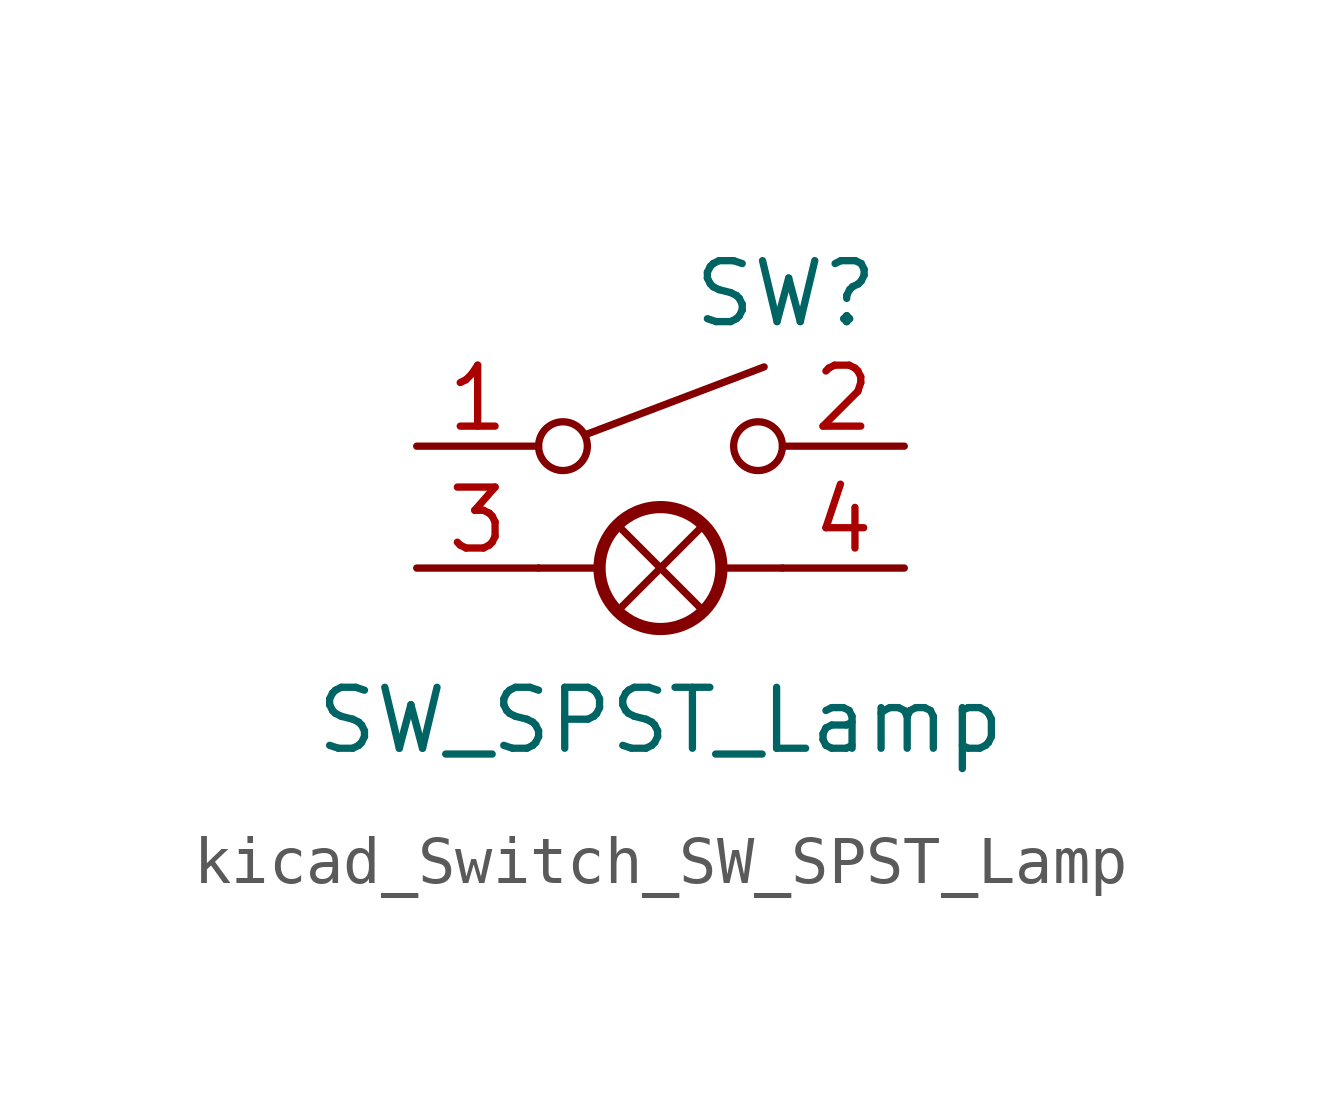
<source format=kicad_sym>
(kicad_symbol_lib
  (version 20220914)
  (generator kicad_symbol_editor)
  (symbol "kicad_Switch_SW_SPST_Lamp"
    (pin_names
      (offset 1.016) hide)
    (property "Reference" "SW"
      (at 0.635 5.715 0)
      (effects (font (size 1.27 1.27)) (justify left)))
    (property "Value" "SW_SPST_Lamp"
      (at 0 -3.175 0)
      (effects (font (size 1.27 1.27))))
    (symbol "kicad_Switch_SW_SPST_Lamp_0_1"
      (circle (center -2.032 2.54) (radius 0.508) (stroke (width 0) (type default)) (fill (type none)))
      (polyline (pts (xy -2.54 0) (xy -1.27 0)) (stroke (width 0) (type default)) (fill (type none)))
      (polyline (pts (xy -1.524 2.794) (xy 2.159 4.191)) (stroke (width 0) (type default)) (fill (type none)))
      (polyline (pts (xy -0.889 -0.889) (xy 0.889 0.889)) (stroke (width 0) (type default)) (fill (type none)))
      (polyline (pts (xy 0.889 -0.889) (xy -0.889 0.889)) (stroke (width 0) (type default)) (fill (type none)))
      (polyline (pts (xy 2.54 0) (xy 1.27 0)) (stroke (width 0) (type default)) (fill (type none)))
      (circle (center 0 0) (radius 1.27) (stroke (width 0.254) (type default)) (fill (type none)))
      (circle (center 2.032 2.54) (radius 0.508) (stroke (width 0) (type default)) (fill (type none)))
      (pin passive line (at -5.08 2.54 0) (length 2.54) (name "1" (effects (font (size 1.27 1.27)))) (number "1" (effects (font (size 1.27 1.27)))))
      (pin passive line (at 5.08 2.54 180) (length 2.54) (name "2" (effects (font (size 1.27 1.27)))) (number "2" (effects (font (size 1.27 1.27)))))
      (pin passive line (at -5.08 0 0) (length 2.54) (name "L" (effects (font (size 1.27 1.27)))) (number "3" (effects (font (size 1.27 1.27)))))
      (pin passive line (at 5.08 0 180) (length 2.54) (name "L" (effects (font (size 1.27 1.27)))) (number "4" (effects (font (size 1.27 1.27))))))))
</source>
